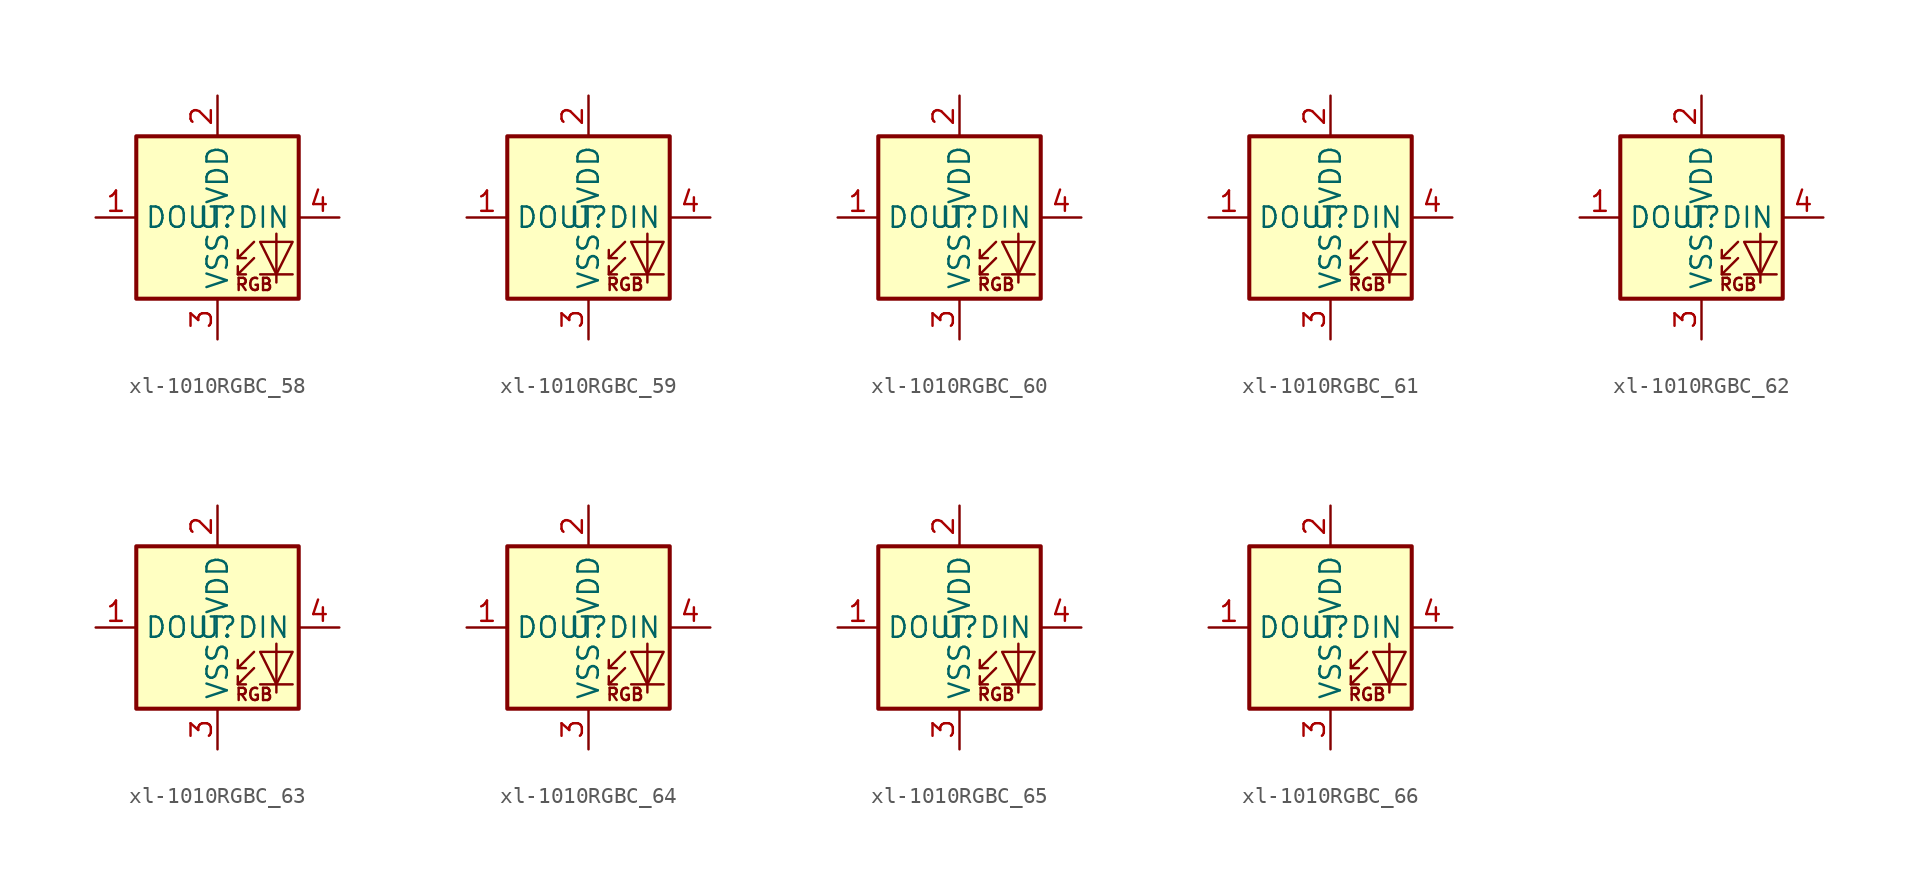
<source format=kicad_sym>
(kicad_symbol_lib
  (version 20231120)
  (generator "kicad_symbol_editor")
  (generator_version "8.0")
  (symbol "xl-1010RGBC_58"
    (property "Reference" "U"
      (at 0 0 0)
      (effects (font (size 1.27 1.27))))
    (property "Value" ""
      (at 0 0 0)
      (effects (font (size 1.27 1.27))))
    (symbol "xl-1010RGBC_58_0_0"
      (text "RGB" (at 2.286 -4.191 0) (effects (font (size 0.762 0.762)))))
    (symbol "xl-1010RGBC_58_0_1"
      (polyline (pts (xy 1.27 -3.556) (xy 1.778 -3.556)) (stroke (width 0) (type default)) (fill (type none)))
      (polyline (pts (xy 1.27 -2.54) (xy 1.778 -2.54)) (stroke (width 0) (type default)) (fill (type none)))
      (polyline (pts (xy 4.699 -3.556) (xy 2.667 -3.556)) (stroke (width 0) (type default)) (fill (type none)))
      (polyline (pts (xy 2.286 -2.54) (xy 1.27 -3.556) (xy 1.27 -3.048)) (stroke (width 0) (type default)) (fill (type none)))
      (polyline (pts (xy 2.286 -1.524) (xy 1.27 -2.54) (xy 1.27 -2.032)) (stroke (width 0) (type default)) (fill (type none)))
      (polyline (pts (xy 3.683 -1.016) (xy 3.683 -3.556) (xy 3.683 -4.064)) (stroke (width 0) (type default)) (fill (type none)))
      (polyline (pts (xy 4.699 -1.524) (xy 2.667 -1.524) (xy 3.683 -3.556) (xy 4.699 -1.524)) (stroke (width 0) (type default)) (fill (type none)))
      (rectangle (start 5.08 5.08) (end -5.08 -5.08) (stroke (width 0.254) (type default)) (fill (type background))))
    (symbol "xl-1010RGBC_58_1_1"
      (pin output line (at -7.62 0 0) (length 2.54) (name "DOUT" (effects (font (size 1.27 1.27)))) (number "1" (effects (font (size 1.27 1.27)))))
      (pin power_in line (at 0 7.62 270) (length 2.54) (name "VDD" (effects (font (size 1.27 1.27)))) (number "2" (effects (font (size 1.27 1.27)))))
      (pin power_in line (at 0 -7.62 90) (length 2.54) (name "VSS" (effects (font (size 1.27 1.27)))) (number "3" (effects (font (size 1.27 1.27)))))
      (pin input line (at 7.62 0 180) (length 2.54) (name "DIN" (effects (font (size 1.27 1.27)))) (number "4" (effects (font (size 1.27 1.27)))))))
  (symbol "xl-1010RGBC_59"
    (property "Reference" "U"
      (at 0 0 0)
      (effects (font (size 1.27 1.27))))
    (property "Value" ""
      (at 0 0 0)
      (effects (font (size 1.27 1.27))))
    (symbol "xl-1010RGBC_59_0_0"
      (text "RGB" (at 2.286 -4.191 0) (effects (font (size 0.762 0.762)))))
    (symbol "xl-1010RGBC_59_0_1"
      (polyline (pts (xy 1.27 -3.556) (xy 1.778 -3.556)) (stroke (width 0) (type default)) (fill (type none)))
      (polyline (pts (xy 1.27 -2.54) (xy 1.778 -2.54)) (stroke (width 0) (type default)) (fill (type none)))
      (polyline (pts (xy 4.699 -3.556) (xy 2.667 -3.556)) (stroke (width 0) (type default)) (fill (type none)))
      (polyline (pts (xy 2.286 -2.54) (xy 1.27 -3.556) (xy 1.27 -3.048)) (stroke (width 0) (type default)) (fill (type none)))
      (polyline (pts (xy 2.286 -1.524) (xy 1.27 -2.54) (xy 1.27 -2.032)) (stroke (width 0) (type default)) (fill (type none)))
      (polyline (pts (xy 3.683 -1.016) (xy 3.683 -3.556) (xy 3.683 -4.064)) (stroke (width 0) (type default)) (fill (type none)))
      (polyline (pts (xy 4.699 -1.524) (xy 2.667 -1.524) (xy 3.683 -3.556) (xy 4.699 -1.524)) (stroke (width 0) (type default)) (fill (type none)))
      (rectangle (start 5.08 5.08) (end -5.08 -5.08) (stroke (width 0.254) (type default)) (fill (type background))))
    (symbol "xl-1010RGBC_59_1_1"
      (pin output line (at -7.62 0 0) (length 2.54) (name "DOUT" (effects (font (size 1.27 1.27)))) (number "1" (effects (font (size 1.27 1.27)))))
      (pin power_in line (at 0 7.62 270) (length 2.54) (name "VDD" (effects (font (size 1.27 1.27)))) (number "2" (effects (font (size 1.27 1.27)))))
      (pin power_in line (at 0 -7.62 90) (length 2.54) (name "VSS" (effects (font (size 1.27 1.27)))) (number "3" (effects (font (size 1.27 1.27)))))
      (pin input line (at 7.62 0 180) (length 2.54) (name "DIN" (effects (font (size 1.27 1.27)))) (number "4" (effects (font (size 1.27 1.27)))))))
  (symbol "xl-1010RGBC_60"
    (property "Reference" "U"
      (at 0 0 0)
      (effects (font (size 1.27 1.27))))
    (property "Value" ""
      (at 0 0 0)
      (effects (font (size 1.27 1.27))))
    (symbol "xl-1010RGBC_60_0_0"
      (text "RGB" (at 2.286 -4.191 0) (effects (font (size 0.762 0.762)))))
    (symbol "xl-1010RGBC_60_0_1"
      (polyline (pts (xy 1.27 -3.556) (xy 1.778 -3.556)) (stroke (width 0) (type default)) (fill (type none)))
      (polyline (pts (xy 1.27 -2.54) (xy 1.778 -2.54)) (stroke (width 0) (type default)) (fill (type none)))
      (polyline (pts (xy 4.699 -3.556) (xy 2.667 -3.556)) (stroke (width 0) (type default)) (fill (type none)))
      (polyline (pts (xy 2.286 -2.54) (xy 1.27 -3.556) (xy 1.27 -3.048)) (stroke (width 0) (type default)) (fill (type none)))
      (polyline (pts (xy 2.286 -1.524) (xy 1.27 -2.54) (xy 1.27 -2.032)) (stroke (width 0) (type default)) (fill (type none)))
      (polyline (pts (xy 3.683 -1.016) (xy 3.683 -3.556) (xy 3.683 -4.064)) (stroke (width 0) (type default)) (fill (type none)))
      (polyline (pts (xy 4.699 -1.524) (xy 2.667 -1.524) (xy 3.683 -3.556) (xy 4.699 -1.524)) (stroke (width 0) (type default)) (fill (type none)))
      (rectangle (start 5.08 5.08) (end -5.08 -5.08) (stroke (width 0.254) (type default)) (fill (type background))))
    (symbol "xl-1010RGBC_60_1_1"
      (pin output line (at -7.62 0 0) (length 2.54) (name "DOUT" (effects (font (size 1.27 1.27)))) (number "1" (effects (font (size 1.27 1.27)))))
      (pin power_in line (at 0 7.62 270) (length 2.54) (name "VDD" (effects (font (size 1.27 1.27)))) (number "2" (effects (font (size 1.27 1.27)))))
      (pin power_in line (at 0 -7.62 90) (length 2.54) (name "VSS" (effects (font (size 1.27 1.27)))) (number "3" (effects (font (size 1.27 1.27)))))
      (pin input line (at 7.62 0 180) (length 2.54) (name "DIN" (effects (font (size 1.27 1.27)))) (number "4" (effects (font (size 1.27 1.27)))))))
  (symbol "xl-1010RGBC_61"
    (property "Reference" "U"
      (at 0 0 0)
      (effects (font (size 1.27 1.27))))
    (property "Value" ""
      (at 0 0 0)
      (effects (font (size 1.27 1.27))))
    (symbol "xl-1010RGBC_61_0_0"
      (text "RGB" (at 2.286 -4.191 0) (effects (font (size 0.762 0.762)))))
    (symbol "xl-1010RGBC_61_0_1"
      (polyline (pts (xy 1.27 -3.556) (xy 1.778 -3.556)) (stroke (width 0) (type default)) (fill (type none)))
      (polyline (pts (xy 1.27 -2.54) (xy 1.778 -2.54)) (stroke (width 0) (type default)) (fill (type none)))
      (polyline (pts (xy 4.699 -3.556) (xy 2.667 -3.556)) (stroke (width 0) (type default)) (fill (type none)))
      (polyline (pts (xy 2.286 -2.54) (xy 1.27 -3.556) (xy 1.27 -3.048)) (stroke (width 0) (type default)) (fill (type none)))
      (polyline (pts (xy 2.286 -1.524) (xy 1.27 -2.54) (xy 1.27 -2.032)) (stroke (width 0) (type default)) (fill (type none)))
      (polyline (pts (xy 3.683 -1.016) (xy 3.683 -3.556) (xy 3.683 -4.064)) (stroke (width 0) (type default)) (fill (type none)))
      (polyline (pts (xy 4.699 -1.524) (xy 2.667 -1.524) (xy 3.683 -3.556) (xy 4.699 -1.524)) (stroke (width 0) (type default)) (fill (type none)))
      (rectangle (start 5.08 5.08) (end -5.08 -5.08) (stroke (width 0.254) (type default)) (fill (type background))))
    (symbol "xl-1010RGBC_61_1_1"
      (pin output line (at -7.62 0 0) (length 2.54) (name "DOUT" (effects (font (size 1.27 1.27)))) (number "1" (effects (font (size 1.27 1.27)))))
      (pin power_in line (at 0 7.62 270) (length 2.54) (name "VDD" (effects (font (size 1.27 1.27)))) (number "2" (effects (font (size 1.27 1.27)))))
      (pin power_in line (at 0 -7.62 90) (length 2.54) (name "VSS" (effects (font (size 1.27 1.27)))) (number "3" (effects (font (size 1.27 1.27)))))
      (pin input line (at 7.62 0 180) (length 2.54) (name "DIN" (effects (font (size 1.27 1.27)))) (number "4" (effects (font (size 1.27 1.27)))))))
  (symbol "xl-1010RGBC_62"
    (property "Reference" "U"
      (at 0 0 0)
      (effects (font (size 1.27 1.27))))
    (property "Value" ""
      (at 0 0 0)
      (effects (font (size 1.27 1.27))))
    (symbol "xl-1010RGBC_62_0_0"
      (text "RGB" (at 2.286 -4.191 0) (effects (font (size 0.762 0.762)))))
    (symbol "xl-1010RGBC_62_0_1"
      (polyline (pts (xy 1.27 -3.556) (xy 1.778 -3.556)) (stroke (width 0) (type default)) (fill (type none)))
      (polyline (pts (xy 1.27 -2.54) (xy 1.778 -2.54)) (stroke (width 0) (type default)) (fill (type none)))
      (polyline (pts (xy 4.699 -3.556) (xy 2.667 -3.556)) (stroke (width 0) (type default)) (fill (type none)))
      (polyline (pts (xy 2.286 -2.54) (xy 1.27 -3.556) (xy 1.27 -3.048)) (stroke (width 0) (type default)) (fill (type none)))
      (polyline (pts (xy 2.286 -1.524) (xy 1.27 -2.54) (xy 1.27 -2.032)) (stroke (width 0) (type default)) (fill (type none)))
      (polyline (pts (xy 3.683 -1.016) (xy 3.683 -3.556) (xy 3.683 -4.064)) (stroke (width 0) (type default)) (fill (type none)))
      (polyline (pts (xy 4.699 -1.524) (xy 2.667 -1.524) (xy 3.683 -3.556) (xy 4.699 -1.524)) (stroke (width 0) (type default)) (fill (type none)))
      (rectangle (start 5.08 5.08) (end -5.08 -5.08) (stroke (width 0.254) (type default)) (fill (type background))))
    (symbol "xl-1010RGBC_62_1_1"
      (pin output line (at -7.62 0 0) (length 2.54) (name "DOUT" (effects (font (size 1.27 1.27)))) (number "1" (effects (font (size 1.27 1.27)))))
      (pin power_in line (at 0 7.62 270) (length 2.54) (name "VDD" (effects (font (size 1.27 1.27)))) (number "2" (effects (font (size 1.27 1.27)))))
      (pin power_in line (at 0 -7.62 90) (length 2.54) (name "VSS" (effects (font (size 1.27 1.27)))) (number "3" (effects (font (size 1.27 1.27)))))
      (pin input line (at 7.62 0 180) (length 2.54) (name "DIN" (effects (font (size 1.27 1.27)))) (number "4" (effects (font (size 1.27 1.27)))))))
  (symbol "xl-1010RGBC_63"
    (property "Reference" "U"
      (at 0 0 0)
      (effects (font (size 1.27 1.27))))
    (property "Value" ""
      (at 0 0 0)
      (effects (font (size 1.27 1.27))))
    (symbol "xl-1010RGBC_63_0_0"
      (text "RGB" (at 2.286 -4.191 0) (effects (font (size 0.762 0.762)))))
    (symbol "xl-1010RGBC_63_0_1"
      (polyline (pts (xy 1.27 -3.556) (xy 1.778 -3.556)) (stroke (width 0) (type default)) (fill (type none)))
      (polyline (pts (xy 1.27 -2.54) (xy 1.778 -2.54)) (stroke (width 0) (type default)) (fill (type none)))
      (polyline (pts (xy 4.699 -3.556) (xy 2.667 -3.556)) (stroke (width 0) (type default)) (fill (type none)))
      (polyline (pts (xy 2.286 -2.54) (xy 1.27 -3.556) (xy 1.27 -3.048)) (stroke (width 0) (type default)) (fill (type none)))
      (polyline (pts (xy 2.286 -1.524) (xy 1.27 -2.54) (xy 1.27 -2.032)) (stroke (width 0) (type default)) (fill (type none)))
      (polyline (pts (xy 3.683 -1.016) (xy 3.683 -3.556) (xy 3.683 -4.064)) (stroke (width 0) (type default)) (fill (type none)))
      (polyline (pts (xy 4.699 -1.524) (xy 2.667 -1.524) (xy 3.683 -3.556) (xy 4.699 -1.524)) (stroke (width 0) (type default)) (fill (type none)))
      (rectangle (start 5.08 5.08) (end -5.08 -5.08) (stroke (width 0.254) (type default)) (fill (type background))))
    (symbol "xl-1010RGBC_63_1_1"
      (pin output line (at -7.62 0 0) (length 2.54) (name "DOUT" (effects (font (size 1.27 1.27)))) (number "1" (effects (font (size 1.27 1.27)))))
      (pin power_in line (at 0 7.62 270) (length 2.54) (name "VDD" (effects (font (size 1.27 1.27)))) (number "2" (effects (font (size 1.27 1.27)))))
      (pin power_in line (at 0 -7.62 90) (length 2.54) (name "VSS" (effects (font (size 1.27 1.27)))) (number "3" (effects (font (size 1.27 1.27)))))
      (pin input line (at 7.62 0 180) (length 2.54) (name "DIN" (effects (font (size 1.27 1.27)))) (number "4" (effects (font (size 1.27 1.27)))))))
  (symbol "xl-1010RGBC_64"
    (property "Reference" "U"
      (at 0 0 0)
      (effects (font (size 1.27 1.27))))
    (property "Value" ""
      (at 0 0 0)
      (effects (font (size 1.27 1.27))))
    (symbol "xl-1010RGBC_64_0_0"
      (text "RGB" (at 2.286 -4.191 0) (effects (font (size 0.762 0.762)))))
    (symbol "xl-1010RGBC_64_0_1"
      (polyline (pts (xy 1.27 -3.556) (xy 1.778 -3.556)) (stroke (width 0) (type default)) (fill (type none)))
      (polyline (pts (xy 1.27 -2.54) (xy 1.778 -2.54)) (stroke (width 0) (type default)) (fill (type none)))
      (polyline (pts (xy 4.699 -3.556) (xy 2.667 -3.556)) (stroke (width 0) (type default)) (fill (type none)))
      (polyline (pts (xy 2.286 -2.54) (xy 1.27 -3.556) (xy 1.27 -3.048)) (stroke (width 0) (type default)) (fill (type none)))
      (polyline (pts (xy 2.286 -1.524) (xy 1.27 -2.54) (xy 1.27 -2.032)) (stroke (width 0) (type default)) (fill (type none)))
      (polyline (pts (xy 3.683 -1.016) (xy 3.683 -3.556) (xy 3.683 -4.064)) (stroke (width 0) (type default)) (fill (type none)))
      (polyline (pts (xy 4.699 -1.524) (xy 2.667 -1.524) (xy 3.683 -3.556) (xy 4.699 -1.524)) (stroke (width 0) (type default)) (fill (type none)))
      (rectangle (start 5.08 5.08) (end -5.08 -5.08) (stroke (width 0.254) (type default)) (fill (type background))))
    (symbol "xl-1010RGBC_64_1_1"
      (pin output line (at -7.62 0 0) (length 2.54) (name "DOUT" (effects (font (size 1.27 1.27)))) (number "1" (effects (font (size 1.27 1.27)))))
      (pin power_in line (at 0 7.62 270) (length 2.54) (name "VDD" (effects (font (size 1.27 1.27)))) (number "2" (effects (font (size 1.27 1.27)))))
      (pin power_in line (at 0 -7.62 90) (length 2.54) (name "VSS" (effects (font (size 1.27 1.27)))) (number "3" (effects (font (size 1.27 1.27)))))
      (pin input line (at 7.62 0 180) (length 2.54) (name "DIN" (effects (font (size 1.27 1.27)))) (number "4" (effects (font (size 1.27 1.27)))))))
  (symbol "xl-1010RGBC_65"
    (property "Reference" "U"
      (at 0 0 0)
      (effects (font (size 1.27 1.27))))
    (property "Value" ""
      (at 0 0 0)
      (effects (font (size 1.27 1.27))))
    (symbol "xl-1010RGBC_65_0_0"
      (text "RGB" (at 2.286 -4.191 0) (effects (font (size 0.762 0.762)))))
    (symbol "xl-1010RGBC_65_0_1"
      (polyline (pts (xy 1.27 -3.556) (xy 1.778 -3.556)) (stroke (width 0) (type default)) (fill (type none)))
      (polyline (pts (xy 1.27 -2.54) (xy 1.778 -2.54)) (stroke (width 0) (type default)) (fill (type none)))
      (polyline (pts (xy 4.699 -3.556) (xy 2.667 -3.556)) (stroke (width 0) (type default)) (fill (type none)))
      (polyline (pts (xy 2.286 -2.54) (xy 1.27 -3.556) (xy 1.27 -3.048)) (stroke (width 0) (type default)) (fill (type none)))
      (polyline (pts (xy 2.286 -1.524) (xy 1.27 -2.54) (xy 1.27 -2.032)) (stroke (width 0) (type default)) (fill (type none)))
      (polyline (pts (xy 3.683 -1.016) (xy 3.683 -3.556) (xy 3.683 -4.064)) (stroke (width 0) (type default)) (fill (type none)))
      (polyline (pts (xy 4.699 -1.524) (xy 2.667 -1.524) (xy 3.683 -3.556) (xy 4.699 -1.524)) (stroke (width 0) (type default)) (fill (type none)))
      (rectangle (start 5.08 5.08) (end -5.08 -5.08) (stroke (width 0.254) (type default)) (fill (type background))))
    (symbol "xl-1010RGBC_65_1_1"
      (pin output line (at -7.62 0 0) (length 2.54) (name "DOUT" (effects (font (size 1.27 1.27)))) (number "1" (effects (font (size 1.27 1.27)))))
      (pin power_in line (at 0 7.62 270) (length 2.54) (name "VDD" (effects (font (size 1.27 1.27)))) (number "2" (effects (font (size 1.27 1.27)))))
      (pin power_in line (at 0 -7.62 90) (length 2.54) (name "VSS" (effects (font (size 1.27 1.27)))) (number "3" (effects (font (size 1.27 1.27)))))
      (pin input line (at 7.62 0 180) (length 2.54) (name "DIN" (effects (font (size 1.27 1.27)))) (number "4" (effects (font (size 1.27 1.27)))))))
  (symbol "xl-1010RGBC_66"
    (property "Reference" "U"
      (at 0 0 0)
      (effects (font (size 1.27 1.27))))
    (property "Value" ""
      (at 0 0 0)
      (effects (font (size 1.27 1.27))))
    (symbol "xl-1010RGBC_66_0_0"
      (text "RGB" (at 2.286 -4.191 0) (effects (font (size 0.762 0.762)))))
    (symbol "xl-1010RGBC_66_0_1"
      (polyline (pts (xy 1.27 -3.556) (xy 1.778 -3.556)) (stroke (width 0) (type default)) (fill (type none)))
      (polyline (pts (xy 1.27 -2.54) (xy 1.778 -2.54)) (stroke (width 0) (type default)) (fill (type none)))
      (polyline (pts (xy 4.699 -3.556) (xy 2.667 -3.556)) (stroke (width 0) (type default)) (fill (type none)))
      (polyline (pts (xy 2.286 -2.54) (xy 1.27 -3.556) (xy 1.27 -3.048)) (stroke (width 0) (type default)) (fill (type none)))
      (polyline (pts (xy 2.286 -1.524) (xy 1.27 -2.54) (xy 1.27 -2.032)) (stroke (width 0) (type default)) (fill (type none)))
      (polyline (pts (xy 3.683 -1.016) (xy 3.683 -3.556) (xy 3.683 -4.064)) (stroke (width 0) (type default)) (fill (type none)))
      (polyline (pts (xy 4.699 -1.524) (xy 2.667 -1.524) (xy 3.683 -3.556) (xy 4.699 -1.524)) (stroke (width 0) (type default)) (fill (type none)))
      (rectangle (start 5.08 5.08) (end -5.08 -5.08) (stroke (width 0.254) (type default)) (fill (type background))))
    (symbol "xl-1010RGBC_66_1_1"
      (pin output line (at -7.62 0 0) (length 2.54) (name "DOUT" (effects (font (size 1.27 1.27)))) (number "1" (effects (font (size 1.27 1.27)))))
      (pin power_in line (at 0 7.62 270) (length 2.54) (name "VDD" (effects (font (size 1.27 1.27)))) (number "2" (effects (font (size 1.27 1.27)))))
      (pin power_in line (at 0 -7.62 90) (length 2.54) (name "VSS" (effects (font (size 1.27 1.27)))) (number "3" (effects (font (size 1.27 1.27)))))
      (pin input line (at 7.62 0 180) (length 2.54) (name "DIN" (effects (font (size 1.27 1.27)))) (number "4" (effects (font (size 1.27 1.27))))))))
</source>
